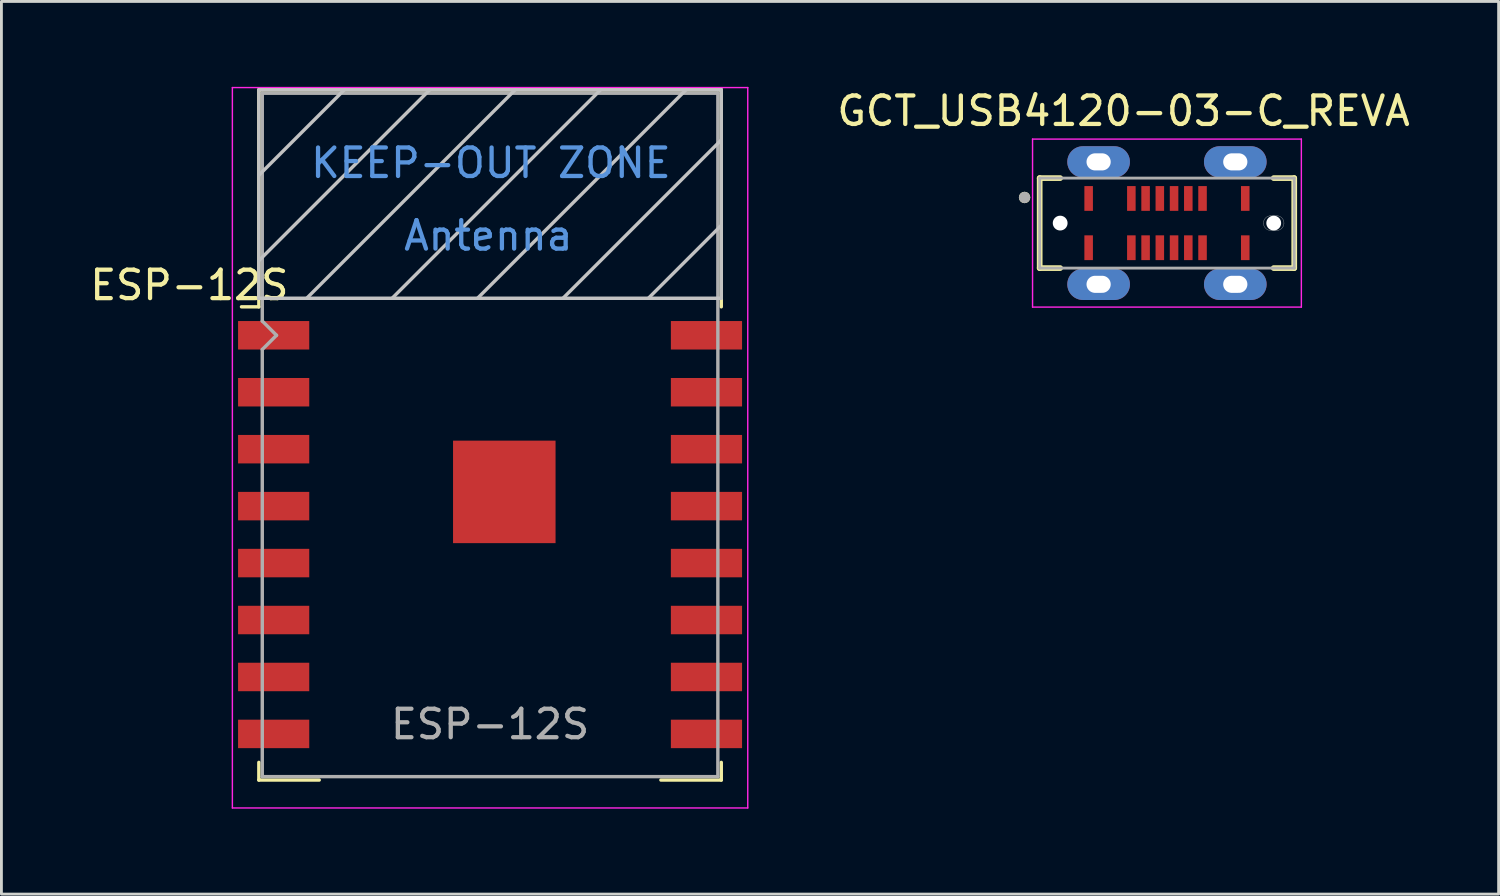
<source format=kicad_pcb>
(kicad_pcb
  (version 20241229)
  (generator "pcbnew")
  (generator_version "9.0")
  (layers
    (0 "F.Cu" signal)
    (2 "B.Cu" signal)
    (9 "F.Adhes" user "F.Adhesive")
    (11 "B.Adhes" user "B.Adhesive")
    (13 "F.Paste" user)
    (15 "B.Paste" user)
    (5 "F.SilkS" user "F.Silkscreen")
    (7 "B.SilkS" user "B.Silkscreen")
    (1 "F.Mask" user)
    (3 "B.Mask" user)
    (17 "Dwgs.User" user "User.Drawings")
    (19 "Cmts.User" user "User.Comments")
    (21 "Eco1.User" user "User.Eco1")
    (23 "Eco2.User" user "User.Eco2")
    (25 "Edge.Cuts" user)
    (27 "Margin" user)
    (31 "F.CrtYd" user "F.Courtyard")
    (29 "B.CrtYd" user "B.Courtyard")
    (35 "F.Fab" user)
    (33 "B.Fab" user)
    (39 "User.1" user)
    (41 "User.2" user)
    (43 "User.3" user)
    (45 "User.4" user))
  (footprint "ESP-12S"
    (layer "F.Cu")
    (at 14.161 12.225)
    (property "Reference" "ESP-12S" (at -10.56 -5.26 0) (layer "F.SilkS") (effects (font (size 1 1) (thickness 0.15))))
    (attr smd)
    (fp_line (start -8.12 -12.12) (end 8.12 -12.12) (stroke (width 0.12) (type solid)) (layer "F.SilkS"))
    (fp_line (start -8.12 -4.5) (end -8.73 -4.5) (stroke (width 0.12) (type solid)) (layer "F.SilkS"))
    (fp_line (start -8.12 -4.5) (end -8.12 -12.12) (stroke (width 0.12) (type solid)) (layer "F.SilkS"))
    (fp_line (start -8.12 12.12) (end -8.12 11.5) (stroke (width 0.12) (type solid)) (layer "F.SilkS"))
    (fp_line (start -6 12.12) (end -8.12 12.12) (stroke (width 0.12) (type solid)) (layer "F.SilkS"))
    (fp_line (start 8.12 -12.12) (end 8.12 -4.5) (stroke (width 0.12) (type solid)) (layer "F.SilkS"))
    (fp_line (start 8.12 11.5) (end 8.12 12.12) (stroke (width 0.12) (type solid)) (layer "F.SilkS"))
    (fp_line (start 8.12 12.12) (end 6 12.12) (stroke (width 0.12) (type solid)) (layer "F.SilkS"))
    (fp_line (start -8.12 -12.12) (end 8.12 -12.12) (stroke (width 0.12) (type solid)) (layer "Dwgs.User"))
    (fp_line (start -8.12 -9.12) (end -5.12 -12.12) (stroke (width 0.12) (type solid)) (layer "Dwgs.User"))
    (fp_line (start -8.12 -6.12) (end -2.12 -12.12) (stroke (width 0.12) (type solid)) (layer "Dwgs.User"))
    (fp_line (start -8.12 -4.8) (end -8.12 -12.12) (stroke (width 0.12) (type solid)) (layer "Dwgs.User"))
    (fp_line (start -6.44 -4.8) (end 0.88 -12.12) (stroke (width 0.12) (type solid)) (layer "Dwgs.User"))
    (fp_line (start -3.44 -4.8) (end 3.88 -12.12) (stroke (width 0.12) (type solid)) (layer "Dwgs.User"))
    (fp_line (start -0.44 -4.8) (end 6.88 -12.12) (stroke (width 0.12) (type solid)) (layer "Dwgs.User"))
    (fp_line (start 2.56 -4.8) (end 8.12 -10.36) (stroke (width 0.12) (type solid)) (layer "Dwgs.User"))
    (fp_line (start 5.56 -4.8) (end 8.12 -7.36) (stroke (width 0.12) (type solid)) (layer "Dwgs.User"))
    (fp_line (start 8.12 -12.12) (end 8.12 -4.8) (stroke (width 0.12) (type solid)) (layer "Dwgs.User"))
    (fp_line (start 8.12 -4.8) (end -8.12 -4.8) (stroke (width 0.12) (type solid)) (layer "Dwgs.User"))
    (fp_line (start -9.05 -12.2) (end 9.05 -12.2) (stroke (width 0.05) (type solid)) (layer "F.CrtYd"))
    (fp_line (start -9.05 13.1) (end -9.05 -12.2) (stroke (width 0.05) (type solid)) (layer "F.CrtYd"))
    (fp_line (start 9.05 -12.2) (end 9.05 13.1) (stroke (width 0.05) (type solid)) (layer "F.CrtYd"))
    (fp_line (start 9.05 13.1) (end -9.05 13.1) (stroke (width 0.05) (type solid)) (layer "F.CrtYd"))
    (fp_line (start -8 -12) (end 8 -12) (stroke (width 0.12) (type solid)) (layer "F.Fab"))
    (fp_line (start -8 -4) (end -8 -12) (stroke (width 0.12) (type solid)) (layer "F.Fab"))
    (fp_line (start -8 -3) (end -7.5 -3.5) (stroke (width 0.12) (type solid)) (layer "F.Fab"))
    (fp_line (start -8 12) (end -8 -3) (stroke (width 0.12) (type solid)) (layer "F.Fab"))
    (fp_line (start -7.5 -3.5) (end -8 -4) (stroke (width 0.12) (type solid)) (layer "F.Fab"))
    (fp_line (start 8 -12) (end 8 12) (stroke (width 0.12) (type solid)) (layer "F.Fab"))
    (fp_line (start 8 12) (end -8 12) (stroke (width 0.12) (type solid)) (layer "F.Fab"))
    (fp_text user "KEEP-OUT ZONE" (at 0.03 -9.55 180) (layer "Cmts.User") (effects (font (size 1 1) (thickness 0.15))))
    (fp_text user "Antenna" (at -0.06 -7 180) (layer "Cmts.User") (effects (font (size 1 1) (thickness 0.15))))
    (fp_text user "${REFERENCE}" (at 0 10.16 0) (layer "F.Fab") (effects (font (size 1 1) (thickness 0.15))))
    (pad "1" smd rect (at -7.6 -3.5) (size 2.5 1) (layers "F.Cu" "F.Mask" "F.Paste"))
    (pad "2" smd rect (at -7.6 -1.5) (size 2.5 1) (layers "F.Cu" "F.Mask" "F.Paste"))
    (pad "3" smd rect (at -7.6 0.5) (size 2.5 1) (layers "F.Cu" "F.Mask" "F.Paste"))
    (pad "4" smd rect (at -7.6 2.5) (size 2.5 1) (layers "F.Cu" "F.Mask" "F.Paste"))
    (pad "5" smd rect (at -7.6 4.5) (size 2.5 1) (layers "F.Cu" "F.Mask" "F.Paste"))
    (pad "6" smd rect (at -7.6 6.5) (size 2.5 1) (layers "F.Cu" "F.Mask" "F.Paste"))
    (pad "7" smd rect (at -7.6 8.5) (size 2.5 1) (layers "F.Cu" "F.Mask" "F.Paste"))
    (pad "8" smd rect (at -7.6 10.5) (size 2.5 1) (layers "F.Cu" "F.Mask" "F.Paste"))
    (pad "9" smd rect (at 7.6 10.5) (size 2.5 1) (layers "F.Cu" "F.Mask" "F.Paste"))
    (pad "10" smd rect (at 7.6 8.5) (size 2.5 1) (layers "F.Cu" "F.Mask" "F.Paste"))
    (pad "11" smd rect (at 7.6 6.5) (size 2.5 1) (layers "F.Cu" "F.Mask" "F.Paste"))
    (pad "12" smd rect (at 7.6 4.5) (size 2.5 1) (layers "F.Cu" "F.Mask" "F.Paste"))
    (pad "13" smd rect (at 7.6 2.5) (size 2.5 1) (layers "F.Cu" "F.Mask" "F.Paste"))
    (pad "14" smd rect (at 7.6 0.5) (size 2.5 1) (layers "F.Cu" "F.Mask" "F.Paste"))
    (pad "15" smd rect (at 7.6 -1.5) (size 2.5 1) (layers "F.Cu" "F.Mask" "F.Paste"))
    (pad "16" smd rect (at 7.6 -3.5) (size 2.5 1) (layers "F.Cu" "F.Mask" "F.Paste"))
    (pad "G" smd rect (at 0.5 2) (size 3.6 3.6) (property pad_prop_heatsink) (layers "F.Cu" "F.Mask" "F.Paste")))
  (footprint "GCT_USB4120-03-C_REVA"
    (layer "F.Cu")
    (at 37.933 4.785)
    (property "Reference" "GCT_USB4120-03-C_REVA" (at -1.524 -3.937 0) (layer "F.SilkS") (effects (font (size 1 1) (thickness 0.15))))
    (attr through_hole)
    (fp_line (start -4.47 -1.58) (end -4.47 1.58) (stroke (width 0.2) (type solid)) (layer "F.SilkS"))
    (fp_line (start -4.47 1.58) (end -3.75 1.58) (stroke (width 0.2) (type solid)) (layer "F.SilkS"))
    (fp_line (start -3.75 -1.58) (end -4.47 -1.58) (stroke (width 0.2) (type solid)) (layer "F.SilkS"))
    (fp_line (start 3.75 -1.58) (end 4.47 -1.58) (stroke (width 0.2) (type solid)) (layer "F.SilkS"))
    (fp_line (start 4.47 -1.58) (end 4.47 1.58) (stroke (width 0.2) (type solid)) (layer "F.SilkS"))
    (fp_line (start 4.47 1.58) (end 3.75 1.58) (stroke (width 0.2) (type solid)) (layer "F.SilkS"))
    (fp_circle (center -5 -0.9) (end -4.9 -0.9) (stroke (width 0.2) (type solid)) (fill no) (layer "F.SilkS"))
    (fp_line (start 3.65 -0.26) (end 3.85 -0.26) (stroke (width 0.01) (type solid)) (layer "Edge.Cuts"))
    (fp_line (start 3.85 0.26) (end 3.65 0.26) (stroke (width 0.01) (type solid)) (layer "Edge.Cuts"))
    (fp_arc (start 3.39 0) (mid 3.466152 -0.183848) (end 3.65 -0.26) (stroke (width 0.01) (type solid)) (layer "Edge.Cuts"))
    (fp_arc (start 3.65 0.26) (mid 3.466152 0.183848) (end 3.39 0) (stroke (width 0.01) (type solid)) (layer "Edge.Cuts"))
    (fp_arc (start 3.85 -0.26) (mid 4.033848 -0.183848) (end 4.11 0) (stroke (width 0.01) (type solid)) (layer "Edge.Cuts"))
    (fp_arc (start 4.11 0) (mid 4.033848 0.183848) (end 3.85 0.26) (stroke (width 0.01) (type solid)) (layer "Edge.Cuts"))
    (fp_line (start -4.72 -2.95) (end 4.72 -2.95) (stroke (width 0.05) (type solid)) (layer "F.CrtYd"))
    (fp_line (start -4.72 2.95) (end -4.72 -2.95) (stroke (width 0.05) (type solid)) (layer "F.CrtYd"))
    (fp_line (start 4.72 -2.95) (end 4.72 2.95) (stroke (width 0.05) (type solid)) (layer "F.CrtYd"))
    (fp_line (start 4.72 2.95) (end -4.72 2.95) (stroke (width 0.05) (type solid)) (layer "F.CrtYd"))
    (fp_line (start -4.47 -1.58) (end 4.47 -1.58) (stroke (width 0.1) (type solid)) (layer "F.Fab"))
    (fp_line (start -4.47 1.58) (end -4.47 -1.58) (stroke (width 0.1) (type solid)) (layer "F.Fab"))
    (fp_line (start 4.47 -1.58) (end 4.47 1.58) (stroke (width 0.1) (type solid)) (layer "F.Fab"))
    (fp_line (start 4.47 1.58) (end -4.47 1.58) (stroke (width 0.1) (type solid)) (layer "F.Fab"))
    (fp_circle (center -5 -0.9) (end -4.9 -0.9) (stroke (width 0.2) (type solid)) (fill no) (layer "F.Fab"))
    (pad "" np_thru_hole circle (at -3.75 0) (size 0.52 0.52) (drill 0.52) (layers "*.Cu" "*.Mask"))
    (pad "" np_thru_hole circle (at 3.75 0) (size 0.52 0.52) (drill 0.52) (layers "*.Cu" "*.Mask"))
    (pad "A1" smd rect (at -2.75 -0.865) (size 0.3 0.87) (layers "F.Cu" "F.Mask" "F.Paste"))
    (pad "A4" smd rect (at -1.25 -0.865) (size 0.3 0.87) (layers "F.Cu" "F.Mask" "F.Paste"))
    (pad "A5" smd rect (at -0.75 -0.865) (size 0.3 0.87) (layers "F.Cu" "F.Mask" "F.Paste"))
    (pad "A6" smd rect (at -0.25 -0.865) (size 0.3 0.87) (layers "F.Cu" "F.Mask" "F.Paste"))
    (pad "A7" smd rect (at 0.25 -0.865) (size 0.3 0.87) (layers "F.Cu" "F.Mask" "F.Paste"))
    (pad "A8" smd rect (at 0.75 -0.865) (size 0.3 0.87) (layers "F.Cu" "F.Mask" "F.Paste"))
    (pad "A9" smd rect (at 1.25 -0.865) (size 0.3 0.87) (layers "F.Cu" "F.Mask" "F.Paste"))
    (pad "A12" smd rect (at 2.75 -0.865) (size 0.3 0.87) (layers "F.Cu" "F.Mask" "F.Paste"))
    (pad "B1" smd rect (at 2.75 0.865) (size 0.3 0.87) (layers "F.Cu" "F.Mask" "F.Paste"))
    (pad "B4" smd rect (at 1.25 0.865) (size 0.3 0.87) (layers "F.Cu" "F.Mask" "F.Paste"))
    (pad "B5" smd rect (at 0.75 0.865) (size 0.3 0.87) (layers "F.Cu" "F.Mask" "F.Paste"))
    (pad "B6" smd rect (at 0.25 0.865) (size 0.3 0.87) (layers "F.Cu" "F.Mask" "F.Paste"))
    (pad "B7" smd rect (at -0.25 0.865) (size 0.3 0.87) (layers "F.Cu" "F.Mask" "F.Paste"))
    (pad "B8" smd rect (at -0.75 0.865) (size 0.3 0.87) (layers "F.Cu" "F.Mask" "F.Paste"))
    (pad "B9" smd rect (at -1.25 0.865) (size 0.3 0.87) (layers "F.Cu" "F.Mask" "F.Paste"))
    (pad "B12" smd rect (at -2.75 0.865) (size 0.3 0.87) (layers "F.Cu" "F.Mask" "F.Paste"))
    (pad "S1" thru_hole oval (at -2.4 -2.15) (size 2.2 1.1) (drill oval 0.85 0.6) (layers "*.Cu" "*.Mask"))
    (pad "S2" thru_hole oval (at -2.4 2.15) (size 2.2 1.1) (drill oval 0.85 0.6) (layers "*.Cu" "*.Mask"))
    (pad "S3" thru_hole oval (at 2.4 -2.15) (size 2.2 1.1) (drill oval 0.85 0.6) (layers "*.Cu" "*.Mask"))
    (pad "S4" thru_hole oval (at 2.4 2.15) (size 2.2 1.1) (drill oval 0.85 0.6) (layers "*.Cu" "*.Mask")))
  (gr_rect
    (start -3 -3)
    (end 49.581 28.35)
    (stroke (width 0.1) (type default))
    (fill no)
    (layer "Edge.Cuts")))
</source>
